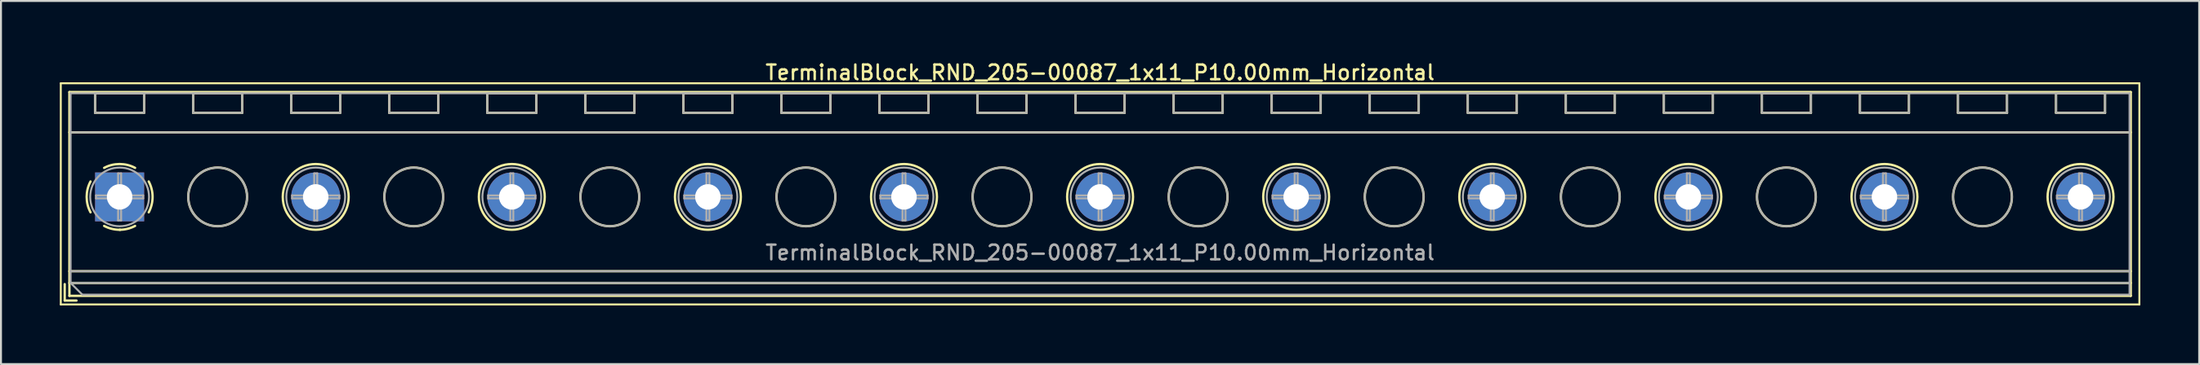
<source format=kicad_pcb>
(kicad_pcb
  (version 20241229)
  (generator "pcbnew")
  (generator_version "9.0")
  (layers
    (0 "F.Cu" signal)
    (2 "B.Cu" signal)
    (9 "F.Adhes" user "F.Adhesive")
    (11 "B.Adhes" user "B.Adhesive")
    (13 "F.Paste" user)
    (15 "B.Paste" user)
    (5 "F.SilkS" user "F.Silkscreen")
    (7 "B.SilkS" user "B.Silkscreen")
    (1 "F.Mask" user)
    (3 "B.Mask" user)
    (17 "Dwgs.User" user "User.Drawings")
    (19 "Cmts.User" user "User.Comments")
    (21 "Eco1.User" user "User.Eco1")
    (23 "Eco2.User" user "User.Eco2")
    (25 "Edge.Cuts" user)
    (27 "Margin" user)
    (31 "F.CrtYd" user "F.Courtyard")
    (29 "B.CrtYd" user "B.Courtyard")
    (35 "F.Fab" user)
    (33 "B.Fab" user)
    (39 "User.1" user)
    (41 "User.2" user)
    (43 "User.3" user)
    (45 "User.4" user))
  (footprint "TerminalBlock_RND_205-00087_1x11_P10.00mm_Horizontal"
    (layer "F.Cu")
    (at 3.05 7.018)
    (property "Reference" "TerminalBlock_RND_205-00087_1x11_P10.00mm_Horizontal" (at 50 -6.36 0) (layer "F.SilkS") (effects (font (size 0.75 0.75) (thickness 0.125))))
    (attr through_hole)
    (fp_line (start -3 -5.81) (end -3 5.5) (stroke (width 0.1) (type solid)) (layer "F.SilkS"))
    (fp_line (start -3 5.5) (end 103 5.5) (stroke (width 0.1) (type solid)) (layer "F.SilkS"))
    (fp_line (start -2.8 4.46) (end -2.8 5.3) (stroke (width 0.12) (type solid)) (layer "F.SilkS"))
    (fp_line (start -2.8 5.3) (end -2.2 5.3) (stroke (width 0.12) (type solid)) (layer "F.SilkS"))
    (fp_line (start -2.56 -5.36) (end -2.56 5.06) (stroke (width 0.12) (type solid)) (layer "F.SilkS"))
    (fp_line (start -2.56 -5.36) (end 102.56 -5.36) (stroke (width 0.12) (type solid)) (layer "F.SilkS"))
    (fp_line (start -2.56 -3.301) (end 102.56 -3.301) (stroke (width 0.12) (type solid)) (layer "F.SilkS"))
    (fp_line (start -2.56 3.8) (end 102.56 3.8) (stroke (width 0.12) (type solid)) (layer "F.SilkS"))
    (fp_line (start -2.56 4.4) (end 102.56 4.4) (stroke (width 0.12) (type solid)) (layer "F.SilkS"))
    (fp_line (start -2.56 5.06) (end 102.56 5.06) (stroke (width 0.12) (type solid)) (layer "F.SilkS"))
    (fp_line (start -1.25 -5.301) (end -1.25 -4.301) (stroke (width 0.12) (type solid)) (layer "F.SilkS"))
    (fp_line (start -1.25 -5.301) (end 1.25 -5.301) (stroke (width 0.12) (type solid)) (layer "F.SilkS"))
    (fp_line (start -1.25 -4.301) (end 1.25 -4.301) (stroke (width 0.12) (type solid)) (layer "F.SilkS"))
    (fp_line (start 1.25 -5.301) (end 1.25 -4.301) (stroke (width 0.12) (type solid)) (layer "F.SilkS"))
    (fp_line (start 3.75 -5.301) (end 3.75 -4.301) (stroke (width 0.12) (type solid)) (layer "F.SilkS"))
    (fp_line (start 3.75 -5.301) (end 6.25 -5.301) (stroke (width 0.12) (type solid)) (layer "F.SilkS"))
    (fp_line (start 3.75 -4.301) (end 6.25 -4.301) (stroke (width 0.12) (type solid)) (layer "F.SilkS"))
    (fp_line (start 6.25 -5.301) (end 6.25 -4.301) (stroke (width 0.12) (type solid)) (layer "F.SilkS"))
    (fp_line (start 8.75 -5.301) (end 8.75 -4.301) (stroke (width 0.12) (type solid)) (layer "F.SilkS"))
    (fp_line (start 8.75 -5.301) (end 11.25 -5.301) (stroke (width 0.12) (type solid)) (layer "F.SilkS"))
    (fp_line (start 8.75 -4.301) (end 11.25 -4.301) (stroke (width 0.12) (type solid)) (layer "F.SilkS"))
    (fp_line (start 11.25 -5.301) (end 11.25 -4.301) (stroke (width 0.12) (type solid)) (layer "F.SilkS"))
    (fp_line (start 13.75 -5.301) (end 13.75 -4.301) (stroke (width 0.12) (type solid)) (layer "F.SilkS"))
    (fp_line (start 13.75 -5.301) (end 16.25 -5.301) (stroke (width 0.12) (type solid)) (layer "F.SilkS"))
    (fp_line (start 13.75 -4.301) (end 16.25 -4.301) (stroke (width 0.12) (type solid)) (layer "F.SilkS"))
    (fp_line (start 16.25 -5.301) (end 16.25 -4.301) (stroke (width 0.12) (type solid)) (layer "F.SilkS"))
    (fp_line (start 18.75 -5.301) (end 18.75 -4.301) (stroke (width 0.12) (type solid)) (layer "F.SilkS"))
    (fp_line (start 18.75 -5.301) (end 21.25 -5.301) (stroke (width 0.12) (type solid)) (layer "F.SilkS"))
    (fp_line (start 18.75 -4.301) (end 21.25 -4.301) (stroke (width 0.12) (type solid)) (layer "F.SilkS"))
    (fp_line (start 21.25 -5.301) (end 21.25 -4.301) (stroke (width 0.12) (type solid)) (layer "F.SilkS"))
    (fp_line (start 23.75 -5.301) (end 23.75 -4.301) (stroke (width 0.12) (type solid)) (layer "F.SilkS"))
    (fp_line (start 23.75 -5.301) (end 26.25 -5.301) (stroke (width 0.12) (type solid)) (layer "F.SilkS"))
    (fp_line (start 23.75 -4.301) (end 26.25 -4.301) (stroke (width 0.12) (type solid)) (layer "F.SilkS"))
    (fp_line (start 26.25 -5.301) (end 26.25 -4.301) (stroke (width 0.12) (type solid)) (layer "F.SilkS"))
    (fp_line (start 28.75 -5.301) (end 28.75 -4.301) (stroke (width 0.12) (type solid)) (layer "F.SilkS"))
    (fp_line (start 28.75 -5.301) (end 31.25 -5.301) (stroke (width 0.12) (type solid)) (layer "F.SilkS"))
    (fp_line (start 28.75 -4.301) (end 31.25 -4.301) (stroke (width 0.12) (type solid)) (layer "F.SilkS"))
    (fp_line (start 31.25 -5.301) (end 31.25 -4.301) (stroke (width 0.12) (type solid)) (layer "F.SilkS"))
    (fp_line (start 33.75 -5.301) (end 33.75 -4.301) (stroke (width 0.12) (type solid)) (layer "F.SilkS"))
    (fp_line (start 33.75 -5.301) (end 36.25 -5.301) (stroke (width 0.12) (type solid)) (layer "F.SilkS"))
    (fp_line (start 33.75 -4.301) (end 36.25 -4.301) (stroke (width 0.12) (type solid)) (layer "F.SilkS"))
    (fp_line (start 36.25 -5.301) (end 36.25 -4.301) (stroke (width 0.12) (type solid)) (layer "F.SilkS"))
    (fp_line (start 38.75 -5.301) (end 38.75 -4.301) (stroke (width 0.12) (type solid)) (layer "F.SilkS"))
    (fp_line (start 38.75 -5.301) (end 41.25 -5.301) (stroke (width 0.12) (type solid)) (layer "F.SilkS"))
    (fp_line (start 38.75 -4.301) (end 41.25 -4.301) (stroke (width 0.12) (type solid)) (layer "F.SilkS"))
    (fp_line (start 41.25 -5.301) (end 41.25 -4.301) (stroke (width 0.12) (type solid)) (layer "F.SilkS"))
    (fp_line (start 43.75 -5.301) (end 43.75 -4.301) (stroke (width 0.12) (type solid)) (layer "F.SilkS"))
    (fp_line (start 43.75 -5.301) (end 46.25 -5.301) (stroke (width 0.12) (type solid)) (layer "F.SilkS"))
    (fp_line (start 43.75 -4.301) (end 46.25 -4.301) (stroke (width 0.12) (type solid)) (layer "F.SilkS"))
    (fp_line (start 46.25 -5.301) (end 46.25 -4.301) (stroke (width 0.12) (type solid)) (layer "F.SilkS"))
    (fp_line (start 48.75 -5.301) (end 48.75 -4.301) (stroke (width 0.12) (type solid)) (layer "F.SilkS"))
    (fp_line (start 48.75 -5.301) (end 51.25 -5.301) (stroke (width 0.12) (type solid)) (layer "F.SilkS"))
    (fp_line (start 48.75 -4.301) (end 51.25 -4.301) (stroke (width 0.12) (type solid)) (layer "F.SilkS"))
    (fp_line (start 51.25 -5.301) (end 51.25 -4.301) (stroke (width 0.12) (type solid)) (layer "F.SilkS"))
    (fp_line (start 53.75 -5.301) (end 53.75 -4.301) (stroke (width 0.12) (type solid)) (layer "F.SilkS"))
    (fp_line (start 53.75 -5.301) (end 56.25 -5.301) (stroke (width 0.12) (type solid)) (layer "F.SilkS"))
    (fp_line (start 53.75 -4.301) (end 56.25 -4.301) (stroke (width 0.12) (type solid)) (layer "F.SilkS"))
    (fp_line (start 56.25 -5.301) (end 56.25 -4.301) (stroke (width 0.12) (type solid)) (layer "F.SilkS"))
    (fp_line (start 58.75 -5.301) (end 58.75 -4.301) (stroke (width 0.12) (type solid)) (layer "F.SilkS"))
    (fp_line (start 58.75 -5.301) (end 61.25 -5.301) (stroke (width 0.12) (type solid)) (layer "F.SilkS"))
    (fp_line (start 58.75 -4.301) (end 61.25 -4.301) (stroke (width 0.12) (type solid)) (layer "F.SilkS"))
    (fp_line (start 61.25 -5.301) (end 61.25 -4.301) (stroke (width 0.12) (type solid)) (layer "F.SilkS"))
    (fp_line (start 63.75 -5.301) (end 63.75 -4.301) (stroke (width 0.12) (type solid)) (layer "F.SilkS"))
    (fp_line (start 63.75 -5.301) (end 66.25 -5.301) (stroke (width 0.12) (type solid)) (layer "F.SilkS"))
    (fp_line (start 63.75 -4.301) (end 66.25 -4.301) (stroke (width 0.12) (type solid)) (layer "F.SilkS"))
    (fp_line (start 66.25 -5.301) (end 66.25 -4.301) (stroke (width 0.12) (type solid)) (layer "F.SilkS"))
    (fp_line (start 68.75 -5.301) (end 68.75 -4.301) (stroke (width 0.12) (type solid)) (layer "F.SilkS"))
    (fp_line (start 68.75 -5.301) (end 71.25 -5.301) (stroke (width 0.12) (type solid)) (layer "F.SilkS"))
    (fp_line (start 68.75 -4.301) (end 71.25 -4.301) (stroke (width 0.12) (type solid)) (layer "F.SilkS"))
    (fp_line (start 71.25 -5.301) (end 71.25 -4.301) (stroke (width 0.12) (type solid)) (layer "F.SilkS"))
    (fp_line (start 73.75 -5.301) (end 73.75 -4.301) (stroke (width 0.12) (type solid)) (layer "F.SilkS"))
    (fp_line (start 73.75 -5.301) (end 76.25 -5.301) (stroke (width 0.12) (type solid)) (layer "F.SilkS"))
    (fp_line (start 73.75 -4.301) (end 76.25 -4.301) (stroke (width 0.12) (type solid)) (layer "F.SilkS"))
    (fp_line (start 76.25 -5.301) (end 76.25 -4.301) (stroke (width 0.12) (type solid)) (layer "F.SilkS"))
    (fp_line (start 78.75 -5.301) (end 78.75 -4.301) (stroke (width 0.12) (type solid)) (layer "F.SilkS"))
    (fp_line (start 78.75 -5.301) (end 81.25 -5.301) (stroke (width 0.12) (type solid)) (layer "F.SilkS"))
    (fp_line (start 78.75 -4.301) (end 81.25 -4.301) (stroke (width 0.12) (type solid)) (layer "F.SilkS"))
    (fp_line (start 81.25 -5.301) (end 81.25 -4.301) (stroke (width 0.12) (type solid)) (layer "F.SilkS"))
    (fp_line (start 83.75 -5.301) (end 83.75 -4.301) (stroke (width 0.12) (type solid)) (layer "F.SilkS"))
    (fp_line (start 83.75 -5.301) (end 86.25 -5.301) (stroke (width 0.12) (type solid)) (layer "F.SilkS"))
    (fp_line (start 83.75 -4.301) (end 86.25 -4.301) (stroke (width 0.12) (type solid)) (layer "F.SilkS"))
    (fp_line (start 86.25 -5.301) (end 86.25 -4.301) (stroke (width 0.12) (type solid)) (layer "F.SilkS"))
    (fp_line (start 88.75 -5.301) (end 88.75 -4.301) (stroke (width 0.12) (type solid)) (layer "F.SilkS"))
    (fp_line (start 88.75 -5.301) (end 91.25 -5.301) (stroke (width 0.12) (type solid)) (layer "F.SilkS"))
    (fp_line (start 88.75 -4.301) (end 91.25 -4.301) (stroke (width 0.12) (type solid)) (layer "F.SilkS"))
    (fp_line (start 91.25 -5.301) (end 91.25 -4.301) (stroke (width 0.12) (type solid)) (layer "F.SilkS"))
    (fp_line (start 93.75 -5.301) (end 93.75 -4.301) (stroke (width 0.12) (type solid)) (layer "F.SilkS"))
    (fp_line (start 93.75 -5.301) (end 96.25 -5.301) (stroke (width 0.12) (type solid)) (layer "F.SilkS"))
    (fp_line (start 93.75 -4.301) (end 96.25 -4.301) (stroke (width 0.12) (type solid)) (layer "F.SilkS"))
    (fp_line (start 96.25 -5.301) (end 96.25 -4.301) (stroke (width 0.12) (type solid)) (layer "F.SilkS"))
    (fp_line (start 98.75 -5.301) (end 98.75 -4.301) (stroke (width 0.12) (type solid)) (layer "F.SilkS"))
    (fp_line (start 98.75 -5.301) (end 101.25 -5.301) (stroke (width 0.12) (type solid)) (layer "F.SilkS"))
    (fp_line (start 98.75 -4.301) (end 101.25 -4.301) (stroke (width 0.12) (type solid)) (layer "F.SilkS"))
    (fp_line (start 101.25 -5.301) (end 101.25 -4.301) (stroke (width 0.12) (type solid)) (layer "F.SilkS"))
    (fp_line (start 102.56 -5.36) (end 102.56 5.06) (stroke (width 0.12) (type solid)) (layer "F.SilkS"))
    (fp_line (start 103 -5.81) (end -3 -5.81) (stroke (width 0.1) (type solid)) (layer "F.SilkS"))
    (fp_line (start 103 5.5) (end 103 -5.81) (stroke (width 0.1) (type solid)) (layer "F.SilkS"))
    (fp_arc (start -1.483953 0.789089) (mid -1.680708 0.00005) (end -1.484 -0.789) (stroke (width 0.12) (type solid)) (layer "F.SilkS"))
    (fp_arc (start -0.789089 -1.483953) (mid -0.00005 -1.680708) (end 0.789 -1.484) (stroke (width 0.12) (type solid)) (layer "F.SilkS"))
    (fp_arc (start 0.029383 1.68045) (mid -0.392304 1.634281) (end -0.789 1.484) (stroke (width 0.12) (type solid)) (layer "F.SilkS"))
    (fp_arc (start 0.788712 1.483352) (mid 0.406429 1.630097) (end 0 1.68) (stroke (width 0.12) (type solid)) (layer "F.SilkS"))
    (fp_arc (start 1.483953 -0.789089) (mid 1.680708 -0.00005) (end 1.484 0.789) (stroke (width 0.12) (type solid)) (layer "F.SilkS"))
    (fp_circle (center 5 0) (end 6.5 0) (stroke (width 0.12) (type solid)) (fill no) (layer "F.SilkS"))
    (fp_circle (center 10 0) (end 11.68 0) (stroke (width 0.12) (type solid)) (fill no) (layer "F.SilkS"))
    (fp_circle (center 15 0) (end 16.5 0) (stroke (width 0.12) (type solid)) (fill no) (layer "F.SilkS"))
    (fp_circle (center 20 0) (end 21.68 0) (stroke (width 0.12) (type solid)) (fill no) (layer "F.SilkS"))
    (fp_circle (center 25 0) (end 26.5 0) (stroke (width 0.12) (type solid)) (fill no) (layer "F.SilkS"))
    (fp_circle (center 30 0) (end 31.68 0) (stroke (width 0.12) (type solid)) (fill no) (layer "F.SilkS"))
    (fp_circle (center 35 0) (end 36.5 0) (stroke (width 0.12) (type solid)) (fill no) (layer "F.SilkS"))
    (fp_circle (center 40 0) (end 41.68 0) (stroke (width 0.12) (type solid)) (fill no) (layer "F.SilkS"))
    (fp_circle (center 45 0) (end 46.5 0) (stroke (width 0.12) (type solid)) (fill no) (layer "F.SilkS"))
    (fp_circle (center 50 0) (end 51.68 0) (stroke (width 0.12) (type solid)) (fill no) (layer "F.SilkS"))
    (fp_circle (center 55 0) (end 56.5 0) (stroke (width 0.12) (type solid)) (fill no) (layer "F.SilkS"))
    (fp_circle (center 60 0) (end 61.68 0) (stroke (width 0.12) (type solid)) (fill no) (layer "F.SilkS"))
    (fp_circle (center 65 0) (end 66.5 0) (stroke (width 0.12) (type solid)) (fill no) (layer "F.SilkS"))
    (fp_circle (center 70 0) (end 71.68 0) (stroke (width 0.12) (type solid)) (fill no) (layer "F.SilkS"))
    (fp_circle (center 75 0) (end 76.5 0) (stroke (width 0.12) (type solid)) (fill no) (layer "F.SilkS"))
    (fp_circle (center 80 0) (end 81.68 0) (stroke (width 0.12) (type solid)) (fill no) (layer "F.SilkS"))
    (fp_circle (center 85 0) (end 86.5 0) (stroke (width 0.12) (type solid)) (fill no) (layer "F.SilkS"))
    (fp_circle (center 90 0) (end 91.68 0) (stroke (width 0.12) (type solid)) (fill no) (layer "F.SilkS"))
    (fp_circle (center 95 0) (end 96.5 0) (stroke (width 0.12) (type solid)) (fill no) (layer "F.SilkS"))
    (fp_circle (center 100 0) (end 101.68 0) (stroke (width 0.12) (type solid)) (fill no) (layer "F.SilkS"))
    (fp_line (start -2.5 -5.3) (end 102.5 -5.3) (stroke (width 0.1) (type solid)) (layer "F.Fab"))
    (fp_line (start -2.5 -3.3) (end 102.5 -3.3) (stroke (width 0.1) (type solid)) (layer "F.Fab"))
    (fp_line (start -2.5 3.8) (end 102.5 3.8) (stroke (width 0.1) (type solid)) (layer "F.Fab"))
    (fp_line (start -2.5 4.4) (end -2.5 -5.3) (stroke (width 0.1) (type solid)) (layer "F.Fab"))
    (fp_line (start -2.5 4.4) (end 102.5 4.4) (stroke (width 0.1) (type solid)) (layer "F.Fab"))
    (fp_line (start -1.9 5) (end -2.5 4.4) (stroke (width 0.1) (type solid)) (layer "F.Fab"))
    (fp_line (start -1.25 -5.3) (end -1.25 -4.3) (stroke (width 0.1) (type solid)) (layer "F.Fab"))
    (fp_line (start -1.25 -4.3) (end 1.25 -4.3) (stroke (width 0.1) (type solid)) (layer "F.Fab"))
    (fp_line (start -1.201 -0.076) (end -0.076 -0.076) (stroke (width 0.1) (type solid)) (layer "F.Fab"))
    (fp_line (start -1.201 0.076) (end -1.201 -0.076) (stroke (width 0.1) (type solid)) (layer "F.Fab"))
    (fp_line (start -0.076 -1.201) (end 0.076 -1.201) (stroke (width 0.1) (type solid)) (layer "F.Fab"))
    (fp_line (start -0.076 -0.076) (end -0.076 -1.201) (stroke (width 0.1) (type solid)) (layer "F.Fab"))
    (fp_line (start -0.076 0.076) (end -1.201 0.076) (stroke (width 0.1) (type solid)) (layer "F.Fab"))
    (fp_line (start -0.076 1.201) (end -0.076 0.076) (stroke (width 0.1) (type solid)) (layer "F.Fab"))
    (fp_line (start 0.076 -1.201) (end 0.076 -0.076) (stroke (width 0.1) (type solid)) (layer "F.Fab"))
    (fp_line (start 0.076 -0.076) (end 1.201 -0.076) (stroke (width 0.1) (type solid)) (layer "F.Fab"))
    (fp_line (start 0.076 0.076) (end 0.076 1.201) (stroke (width 0.1) (type solid)) (layer "F.Fab"))
    (fp_line (start 0.076 1.201) (end -0.076 1.201) (stroke (width 0.1) (type solid)) (layer "F.Fab"))
    (fp_line (start 1.201 -0.076) (end 1.201 0.076) (stroke (width 0.1) (type solid)) (layer "F.Fab"))
    (fp_line (start 1.201 0.076) (end 0.076 0.076) (stroke (width 0.1) (type solid)) (layer "F.Fab"))
    (fp_line (start 1.25 -5.3) (end -1.25 -5.3) (stroke (width 0.1) (type solid)) (layer "F.Fab"))
    (fp_line (start 1.25 -4.3) (end 1.25 -5.3) (stroke (width 0.1) (type solid)) (layer "F.Fab"))
    (fp_line (start 3.75 -5.3) (end 3.75 -4.3) (stroke (width 0.1) (type solid)) (layer "F.Fab"))
    (fp_line (start 3.75 -4.3) (end 6.25 -4.3) (stroke (width 0.1) (type solid)) (layer "F.Fab"))
    (fp_line (start 6.25 -5.3) (end 3.75 -5.3) (stroke (width 0.1) (type solid)) (layer "F.Fab"))
    (fp_line (start 6.25 -4.3) (end 6.25 -5.3) (stroke (width 0.1) (type solid)) (layer "F.Fab"))
    (fp_line (start 8.75 -5.3) (end 8.75 -4.3) (stroke (width 0.1) (type solid)) (layer "F.Fab"))
    (fp_line (start 8.75 -4.3) (end 11.25 -4.3) (stroke (width 0.1) (type solid)) (layer "F.Fab"))
    (fp_line (start 8.799 -0.076) (end 9.924 -0.076) (stroke (width 0.1) (type solid)) (layer "F.Fab"))
    (fp_line (start 8.799 0.076) (end 8.799 -0.076) (stroke (width 0.1) (type solid)) (layer "F.Fab"))
    (fp_line (start 9.924 -1.201) (end 10.076 -1.201) (stroke (width 0.1) (type solid)) (layer "F.Fab"))
    (fp_line (start 9.924 -0.076) (end 9.924 -1.201) (stroke (width 0.1) (type solid)) (layer "F.Fab"))
    (fp_line (start 9.924 0.076) (end 8.799 0.076) (stroke (width 0.1) (type solid)) (layer "F.Fab"))
    (fp_line (start 9.924 1.201) (end 9.924 0.076) (stroke (width 0.1) (type solid)) (layer "F.Fab"))
    (fp_line (start 10.076 -1.201) (end 10.076 -0.076) (stroke (width 0.1) (type solid)) (layer "F.Fab"))
    (fp_line (start 10.076 -0.076) (end 11.201 -0.076) (stroke (width 0.1) (type solid)) (layer "F.Fab"))
    (fp_line (start 10.076 0.076) (end 10.076 1.201) (stroke (width 0.1) (type solid)) (layer "F.Fab"))
    (fp_line (start 10.076 1.201) (end 9.924 1.201) (stroke (width 0.1) (type solid)) (layer "F.Fab"))
    (fp_line (start 11.201 -0.076) (end 11.201 0.076) (stroke (width 0.1) (type solid)) (layer "F.Fab"))
    (fp_line (start 11.201 0.076) (end 10.076 0.076) (stroke (width 0.1) (type solid)) (layer "F.Fab"))
    (fp_line (start 11.25 -5.3) (end 8.75 -5.3) (stroke (width 0.1) (type solid)) (layer "F.Fab"))
    (fp_line (start 11.25 -4.3) (end 11.25 -5.3) (stroke (width 0.1) (type solid)) (layer "F.Fab"))
    (fp_line (start 13.75 -5.3) (end 13.75 -4.3) (stroke (width 0.1) (type solid)) (layer "F.Fab"))
    (fp_line (start 13.75 -4.3) (end 16.25 -4.3) (stroke (width 0.1) (type solid)) (layer "F.Fab"))
    (fp_line (start 16.25 -5.3) (end 13.75 -5.3) (stroke (width 0.1) (type solid)) (layer "F.Fab"))
    (fp_line (start 16.25 -4.3) (end 16.25 -5.3) (stroke (width 0.1) (type solid)) (layer "F.Fab"))
    (fp_line (start 18.75 -5.3) (end 18.75 -4.3) (stroke (width 0.1) (type solid)) (layer "F.Fab"))
    (fp_line (start 18.75 -4.3) (end 21.25 -4.3) (stroke (width 0.1) (type solid)) (layer "F.Fab"))
    (fp_line (start 18.799 -0.076) (end 19.924 -0.076) (stroke (width 0.1) (type solid)) (layer "F.Fab"))
    (fp_line (start 18.799 0.076) (end 18.799 -0.076) (stroke (width 0.1) (type solid)) (layer "F.Fab"))
    (fp_line (start 19.924 -1.201) (end 20.076 -1.201) (stroke (width 0.1) (type solid)) (layer "F.Fab"))
    (fp_line (start 19.924 -0.076) (end 19.924 -1.201) (stroke (width 0.1) (type solid)) (layer "F.Fab"))
    (fp_line (start 19.924 0.076) (end 18.799 0.076) (stroke (width 0.1) (type solid)) (layer "F.Fab"))
    (fp_line (start 19.924 1.201) (end 19.924 0.076) (stroke (width 0.1) (type solid)) (layer "F.Fab"))
    (fp_line (start 20.076 -1.201) (end 20.076 -0.076) (stroke (width 0.1) (type solid)) (layer "F.Fab"))
    (fp_line (start 20.076 -0.076) (end 21.201 -0.076) (stroke (width 0.1) (type solid)) (layer "F.Fab"))
    (fp_line (start 20.076 0.076) (end 20.076 1.201) (stroke (width 0.1) (type solid)) (layer "F.Fab"))
    (fp_line (start 20.076 1.201) (end 19.924 1.201) (stroke (width 0.1) (type solid)) (layer "F.Fab"))
    (fp_line (start 21.201 -0.076) (end 21.201 0.076) (stroke (width 0.1) (type solid)) (layer "F.Fab"))
    (fp_line (start 21.201 0.076) (end 20.076 0.076) (stroke (width 0.1) (type solid)) (layer "F.Fab"))
    (fp_line (start 21.25 -5.3) (end 18.75 -5.3) (stroke (width 0.1) (type solid)) (layer "F.Fab"))
    (fp_line (start 21.25 -4.3) (end 21.25 -5.3) (stroke (width 0.1) (type solid)) (layer "F.Fab"))
    (fp_line (start 23.75 -5.3) (end 23.75 -4.3) (stroke (width 0.1) (type solid)) (layer "F.Fab"))
    (fp_line (start 23.75 -4.3) (end 26.25 -4.3) (stroke (width 0.1) (type solid)) (layer "F.Fab"))
    (fp_line (start 26.25 -5.3) (end 23.75 -5.3) (stroke (width 0.1) (type solid)) (layer "F.Fab"))
    (fp_line (start 26.25 -4.3) (end 26.25 -5.3) (stroke (width 0.1) (type solid)) (layer "F.Fab"))
    (fp_line (start 28.75 -5.3) (end 28.75 -4.3) (stroke (width 0.1) (type solid)) (layer "F.Fab"))
    (fp_line (start 28.75 -4.3) (end 31.25 -4.3) (stroke (width 0.1) (type solid)) (layer "F.Fab"))
    (fp_line (start 28.799 -0.076) (end 29.924 -0.076) (stroke (width 0.1) (type solid)) (layer "F.Fab"))
    (fp_line (start 28.799 0.076) (end 28.799 -0.076) (stroke (width 0.1) (type solid)) (layer "F.Fab"))
    (fp_line (start 29.924 -1.201) (end 30.076 -1.201) (stroke (width 0.1) (type solid)) (layer "F.Fab"))
    (fp_line (start 29.924 -0.076) (end 29.924 -1.201) (stroke (width 0.1) (type solid)) (layer "F.Fab"))
    (fp_line (start 29.924 0.076) (end 28.799 0.076) (stroke (width 0.1) (type solid)) (layer "F.Fab"))
    (fp_line (start 29.924 1.201) (end 29.924 0.076) (stroke (width 0.1) (type solid)) (layer "F.Fab"))
    (fp_line (start 30.076 -1.201) (end 30.076 -0.076) (stroke (width 0.1) (type solid)) (layer "F.Fab"))
    (fp_line (start 30.076 -0.076) (end 31.201 -0.076) (stroke (width 0.1) (type solid)) (layer "F.Fab"))
    (fp_line (start 30.076 0.076) (end 30.076 1.201) (stroke (width 0.1) (type solid)) (layer "F.Fab"))
    (fp_line (start 30.076 1.201) (end 29.924 1.201) (stroke (width 0.1) (type solid)) (layer "F.Fab"))
    (fp_line (start 31.201 -0.076) (end 31.201 0.076) (stroke (width 0.1) (type solid)) (layer "F.Fab"))
    (fp_line (start 31.201 0.076) (end 30.076 0.076) (stroke (width 0.1) (type solid)) (layer "F.Fab"))
    (fp_line (start 31.25 -5.3) (end 28.75 -5.3) (stroke (width 0.1) (type solid)) (layer "F.Fab"))
    (fp_line (start 31.25 -4.3) (end 31.25 -5.3) (stroke (width 0.1) (type solid)) (layer "F.Fab"))
    (fp_line (start 33.75 -5.3) (end 33.75 -4.3) (stroke (width 0.1) (type solid)) (layer "F.Fab"))
    (fp_line (start 33.75 -4.3) (end 36.25 -4.3) (stroke (width 0.1) (type solid)) (layer "F.Fab"))
    (fp_line (start 36.25 -5.3) (end 33.75 -5.3) (stroke (width 0.1) (type solid)) (layer "F.Fab"))
    (fp_line (start 36.25 -4.3) (end 36.25 -5.3) (stroke (width 0.1) (type solid)) (layer "F.Fab"))
    (fp_line (start 38.75 -5.3) (end 38.75 -4.3) (stroke (width 0.1) (type solid)) (layer "F.Fab"))
    (fp_line (start 38.75 -4.3) (end 41.25 -4.3) (stroke (width 0.1) (type solid)) (layer "F.Fab"))
    (fp_line (start 38.799 -0.076) (end 39.924 -0.076) (stroke (width 0.1) (type solid)) (layer "F.Fab"))
    (fp_line (start 38.799 0.076) (end 38.799 -0.076) (stroke (width 0.1) (type solid)) (layer "F.Fab"))
    (fp_line (start 39.924 -1.201) (end 40.076 -1.201) (stroke (width 0.1) (type solid)) (layer "F.Fab"))
    (fp_line (start 39.924 -0.076) (end 39.924 -1.201) (stroke (width 0.1) (type solid)) (layer "F.Fab"))
    (fp_line (start 39.924 0.076) (end 38.799 0.076) (stroke (width 0.1) (type solid)) (layer "F.Fab"))
    (fp_line (start 39.924 1.201) (end 39.924 0.076) (stroke (width 0.1) (type solid)) (layer "F.Fab"))
    (fp_line (start 40.076 -1.201) (end 40.076 -0.076) (stroke (width 0.1) (type solid)) (layer "F.Fab"))
    (fp_line (start 40.076 -0.076) (end 41.201 -0.076) (stroke (width 0.1) (type solid)) (layer "F.Fab"))
    (fp_line (start 40.076 0.076) (end 40.076 1.201) (stroke (width 0.1) (type solid)) (layer "F.Fab"))
    (fp_line (start 40.076 1.201) (end 39.924 1.201) (stroke (width 0.1) (type solid)) (layer "F.Fab"))
    (fp_line (start 41.201 -0.076) (end 41.201 0.076) (stroke (width 0.1) (type solid)) (layer "F.Fab"))
    (fp_line (start 41.201 0.076) (end 40.076 0.076) (stroke (width 0.1) (type solid)) (layer "F.Fab"))
    (fp_line (start 41.25 -5.3) (end 38.75 -5.3) (stroke (width 0.1) (type solid)) (layer "F.Fab"))
    (fp_line (start 41.25 -4.3) (end 41.25 -5.3) (stroke (width 0.1) (type solid)) (layer "F.Fab"))
    (fp_line (start 43.75 -5.3) (end 43.75 -4.3) (stroke (width 0.1) (type solid)) (layer "F.Fab"))
    (fp_line (start 43.75 -4.3) (end 46.25 -4.3) (stroke (width 0.1) (type solid)) (layer "F.Fab"))
    (fp_line (start 46.25 -5.3) (end 43.75 -5.3) (stroke (width 0.1) (type solid)) (layer "F.Fab"))
    (fp_line (start 46.25 -4.3) (end 46.25 -5.3) (stroke (width 0.1) (type solid)) (layer "F.Fab"))
    (fp_line (start 48.75 -5.3) (end 48.75 -4.3) (stroke (width 0.1) (type solid)) (layer "F.Fab"))
    (fp_line (start 48.75 -4.3) (end 51.25 -4.3) (stroke (width 0.1) (type solid)) (layer "F.Fab"))
    (fp_line (start 48.799 -0.076) (end 49.924 -0.076) (stroke (width 0.1) (type solid)) (layer "F.Fab"))
    (fp_line (start 48.799 0.076) (end 48.799 -0.076) (stroke (width 0.1) (type solid)) (layer "F.Fab"))
    (fp_line (start 49.924 -1.201) (end 50.076 -1.201) (stroke (width 0.1) (type solid)) (layer "F.Fab"))
    (fp_line (start 49.924 -0.076) (end 49.924 -1.201) (stroke (width 0.1) (type solid)) (layer "F.Fab"))
    (fp_line (start 49.924 0.076) (end 48.799 0.076) (stroke (width 0.1) (type solid)) (layer "F.Fab"))
    (fp_line (start 49.924 1.201) (end 49.924 0.076) (stroke (width 0.1) (type solid)) (layer "F.Fab"))
    (fp_line (start 50.076 -1.201) (end 50.076 -0.076) (stroke (width 0.1) (type solid)) (layer "F.Fab"))
    (fp_line (start 50.076 -0.076) (end 51.201 -0.076) (stroke (width 0.1) (type solid)) (layer "F.Fab"))
    (fp_line (start 50.076 0.076) (end 50.076 1.201) (stroke (width 0.1) (type solid)) (layer "F.Fab"))
    (fp_line (start 50.076 1.201) (end 49.924 1.201) (stroke (width 0.1) (type solid)) (layer "F.Fab"))
    (fp_line (start 51.201 -0.076) (end 51.201 0.076) (stroke (width 0.1) (type solid)) (layer "F.Fab"))
    (fp_line (start 51.201 0.076) (end 50.076 0.076) (stroke (width 0.1) (type solid)) (layer "F.Fab"))
    (fp_line (start 51.25 -5.3) (end 48.75 -5.3) (stroke (width 0.1) (type solid)) (layer "F.Fab"))
    (fp_line (start 51.25 -4.3) (end 51.25 -5.3) (stroke (width 0.1) (type solid)) (layer "F.Fab"))
    (fp_line (start 53.75 -5.3) (end 53.75 -4.3) (stroke (width 0.1) (type solid)) (layer "F.Fab"))
    (fp_line (start 53.75 -4.3) (end 56.25 -4.3) (stroke (width 0.1) (type solid)) (layer "F.Fab"))
    (fp_line (start 56.25 -5.3) (end 53.75 -5.3) (stroke (width 0.1) (type solid)) (layer "F.Fab"))
    (fp_line (start 56.25 -4.3) (end 56.25 -5.3) (stroke (width 0.1) (type solid)) (layer "F.Fab"))
    (fp_line (start 58.75 -5.3) (end 58.75 -4.3) (stroke (width 0.1) (type solid)) (layer "F.Fab"))
    (fp_line (start 58.75 -4.3) (end 61.25 -4.3) (stroke (width 0.1) (type solid)) (layer "F.Fab"))
    (fp_line (start 58.799 -0.076) (end 59.924 -0.076) (stroke (width 0.1) (type solid)) (layer "F.Fab"))
    (fp_line (start 58.799 0.076) (end 58.799 -0.076) (stroke (width 0.1) (type solid)) (layer "F.Fab"))
    (fp_line (start 59.924 -1.201) (end 60.076 -1.201) (stroke (width 0.1) (type solid)) (layer "F.Fab"))
    (fp_line (start 59.924 -0.076) (end 59.924 -1.201) (stroke (width 0.1) (type solid)) (layer "F.Fab"))
    (fp_line (start 59.924 0.076) (end 58.799 0.076) (stroke (width 0.1) (type solid)) (layer "F.Fab"))
    (fp_line (start 59.924 1.201) (end 59.924 0.076) (stroke (width 0.1) (type solid)) (layer "F.Fab"))
    (fp_line (start 60.076 -1.201) (end 60.076 -0.076) (stroke (width 0.1) (type solid)) (layer "F.Fab"))
    (fp_line (start 60.076 -0.076) (end 61.201 -0.076) (stroke (width 0.1) (type solid)) (layer "F.Fab"))
    (fp_line (start 60.076 0.076) (end 60.076 1.201) (stroke (width 0.1) (type solid)) (layer "F.Fab"))
    (fp_line (start 60.076 1.201) (end 59.924 1.201) (stroke (width 0.1) (type solid)) (layer "F.Fab"))
    (fp_line (start 61.201 -0.076) (end 61.201 0.076) (stroke (width 0.1) (type solid)) (layer "F.Fab"))
    (fp_line (start 61.201 0.076) (end 60.076 0.076) (stroke (width 0.1) (type solid)) (layer "F.Fab"))
    (fp_line (start 61.25 -5.3) (end 58.75 -5.3) (stroke (width 0.1) (type solid)) (layer "F.Fab"))
    (fp_line (start 61.25 -4.3) (end 61.25 -5.3) (stroke (width 0.1) (type solid)) (layer "F.Fab"))
    (fp_line (start 63.75 -5.3) (end 63.75 -4.3) (stroke (width 0.1) (type solid)) (layer "F.Fab"))
    (fp_line (start 63.75 -4.3) (end 66.25 -4.3) (stroke (width 0.1) (type solid)) (layer "F.Fab"))
    (fp_line (start 66.25 -5.3) (end 63.75 -5.3) (stroke (width 0.1) (type solid)) (layer "F.Fab"))
    (fp_line (start 66.25 -4.3) (end 66.25 -5.3) (stroke (width 0.1) (type solid)) (layer "F.Fab"))
    (fp_line (start 68.75 -5.3) (end 68.75 -4.3) (stroke (width 0.1) (type solid)) (layer "F.Fab"))
    (fp_line (start 68.75 -4.3) (end 71.25 -4.3) (stroke (width 0.1) (type solid)) (layer "F.Fab"))
    (fp_line (start 68.799 -0.076) (end 69.924 -0.076) (stroke (width 0.1) (type solid)) (layer "F.Fab"))
    (fp_line (start 68.799 0.076) (end 68.799 -0.076) (stroke (width 0.1) (type solid)) (layer "F.Fab"))
    (fp_line (start 69.924 -1.201) (end 70.076 -1.201) (stroke (width 0.1) (type solid)) (layer "F.Fab"))
    (fp_line (start 69.924 -0.076) (end 69.924 -1.201) (stroke (width 0.1) (type solid)) (layer "F.Fab"))
    (fp_line (start 69.924 0.076) (end 68.799 0.076) (stroke (width 0.1) (type solid)) (layer "F.Fab"))
    (fp_line (start 69.924 1.201) (end 69.924 0.076) (stroke (width 0.1) (type solid)) (layer "F.Fab"))
    (fp_line (start 70.076 -1.201) (end 70.076 -0.076) (stroke (width 0.1) (type solid)) (layer "F.Fab"))
    (fp_line (start 70.076 -0.076) (end 71.201 -0.076) (stroke (width 0.1) (type solid)) (layer "F.Fab"))
    (fp_line (start 70.076 0.076) (end 70.076 1.201) (stroke (width 0.1) (type solid)) (layer "F.Fab"))
    (fp_line (start 70.076 1.201) (end 69.924 1.201) (stroke (width 0.1) (type solid)) (layer "F.Fab"))
    (fp_line (start 71.201 -0.076) (end 71.201 0.076) (stroke (width 0.1) (type solid)) (layer "F.Fab"))
    (fp_line (start 71.201 0.076) (end 70.076 0.076) (stroke (width 0.1) (type solid)) (layer "F.Fab"))
    (fp_line (start 71.25 -5.3) (end 68.75 -5.3) (stroke (width 0.1) (type solid)) (layer "F.Fab"))
    (fp_line (start 71.25 -4.3) (end 71.25 -5.3) (stroke (width 0.1) (type solid)) (layer "F.Fab"))
    (fp_line (start 73.75 -5.3) (end 73.75 -4.3) (stroke (width 0.1) (type solid)) (layer "F.Fab"))
    (fp_line (start 73.75 -4.3) (end 76.25 -4.3) (stroke (width 0.1) (type solid)) (layer "F.Fab"))
    (fp_line (start 76.25 -5.3) (end 73.75 -5.3) (stroke (width 0.1) (type solid)) (layer "F.Fab"))
    (fp_line (start 76.25 -4.3) (end 76.25 -5.3) (stroke (width 0.1) (type solid)) (layer "F.Fab"))
    (fp_line (start 78.75 -5.3) (end 78.75 -4.3) (stroke (width 0.1) (type solid)) (layer "F.Fab"))
    (fp_line (start 78.75 -4.3) (end 81.25 -4.3) (stroke (width 0.1) (type solid)) (layer "F.Fab"))
    (fp_line (start 78.799 -0.076) (end 79.924 -0.076) (stroke (width 0.1) (type solid)) (layer "F.Fab"))
    (fp_line (start 78.799 0.076) (end 78.799 -0.076) (stroke (width 0.1) (type solid)) (layer "F.Fab"))
    (fp_line (start 79.924 -1.201) (end 80.076 -1.201) (stroke (width 0.1) (type solid)) (layer "F.Fab"))
    (fp_line (start 79.924 -0.076) (end 79.924 -1.201) (stroke (width 0.1) (type solid)) (layer "F.Fab"))
    (fp_line (start 79.924 0.076) (end 78.799 0.076) (stroke (width 0.1) (type solid)) (layer "F.Fab"))
    (fp_line (start 79.924 1.201) (end 79.924 0.076) (stroke (width 0.1) (type solid)) (layer "F.Fab"))
    (fp_line (start 80.076 -1.201) (end 80.076 -0.076) (stroke (width 0.1) (type solid)) (layer "F.Fab"))
    (fp_line (start 80.076 -0.076) (end 81.201 -0.076) (stroke (width 0.1) (type solid)) (layer "F.Fab"))
    (fp_line (start 80.076 0.076) (end 80.076 1.201) (stroke (width 0.1) (type solid)) (layer "F.Fab"))
    (fp_line (start 80.076 1.201) (end 79.924 1.201) (stroke (width 0.1) (type solid)) (layer "F.Fab"))
    (fp_line (start 81.201 -0.076) (end 81.201 0.076) (stroke (width 0.1) (type solid)) (layer "F.Fab"))
    (fp_line (start 81.201 0.076) (end 80.076 0.076) (stroke (width 0.1) (type solid)) (layer "F.Fab"))
    (fp_line (start 81.25 -5.3) (end 78.75 -5.3) (stroke (width 0.1) (type solid)) (layer "F.Fab"))
    (fp_line (start 81.25 -4.3) (end 81.25 -5.3) (stroke (width 0.1) (type solid)) (layer "F.Fab"))
    (fp_line (start 83.75 -5.3) (end 83.75 -4.3) (stroke (width 0.1) (type solid)) (layer "F.Fab"))
    (fp_line (start 83.75 -4.3) (end 86.25 -4.3) (stroke (width 0.1) (type solid)) (layer "F.Fab"))
    (fp_line (start 86.25 -5.3) (end 83.75 -5.3) (stroke (width 0.1) (type solid)) (layer "F.Fab"))
    (fp_line (start 86.25 -4.3) (end 86.25 -5.3) (stroke (width 0.1) (type solid)) (layer "F.Fab"))
    (fp_line (start 88.75 -5.3) (end 88.75 -4.3) (stroke (width 0.1) (type solid)) (layer "F.Fab"))
    (fp_line (start 88.75 -4.3) (end 91.25 -4.3) (stroke (width 0.1) (type solid)) (layer "F.Fab"))
    (fp_line (start 88.799 -0.076) (end 89.924 -0.076) (stroke (width 0.1) (type solid)) (layer "F.Fab"))
    (fp_line (start 88.799 0.076) (end 88.799 -0.076) (stroke (width 0.1) (type solid)) (layer "F.Fab"))
    (fp_line (start 89.924 -1.201) (end 90.076 -1.201) (stroke (width 0.1) (type solid)) (layer "F.Fab"))
    (fp_line (start 89.924 -0.076) (end 89.924 -1.201) (stroke (width 0.1) (type solid)) (layer "F.Fab"))
    (fp_line (start 89.924 0.076) (end 88.799 0.076) (stroke (width 0.1) (type solid)) (layer "F.Fab"))
    (fp_line (start 89.924 1.201) (end 89.924 0.076) (stroke (width 0.1) (type solid)) (layer "F.Fab"))
    (fp_line (start 90.076 -1.201) (end 90.076 -0.076) (stroke (width 0.1) (type solid)) (layer "F.Fab"))
    (fp_line (start 90.076 -0.076) (end 91.201 -0.076) (stroke (width 0.1) (type solid)) (layer "F.Fab"))
    (fp_line (start 90.076 0.076) (end 90.076 1.201) (stroke (width 0.1) (type solid)) (layer "F.Fab"))
    (fp_line (start 90.076 1.201) (end 89.924 1.201) (stroke (width 0.1) (type solid)) (layer "F.Fab"))
    (fp_line (start 91.201 -0.076) (end 91.201 0.076) (stroke (width 0.1) (type solid)) (layer "F.Fab"))
    (fp_line (start 91.201 0.076) (end 90.076 0.076) (stroke (width 0.1) (type solid)) (layer "F.Fab"))
    (fp_line (start 91.25 -5.3) (end 88.75 -5.3) (stroke (width 0.1) (type solid)) (layer "F.Fab"))
    (fp_line (start 91.25 -4.3) (end 91.25 -5.3) (stroke (width 0.1) (type solid)) (layer "F.Fab"))
    (fp_line (start 93.75 -5.3) (end 93.75 -4.3) (stroke (width 0.1) (type solid)) (layer "F.Fab"))
    (fp_line (start 93.75 -4.3) (end 96.25 -4.3) (stroke (width 0.1) (type solid)) (layer "F.Fab"))
    (fp_line (start 96.25 -5.3) (end 93.75 -5.3) (stroke (width 0.1) (type solid)) (layer "F.Fab"))
    (fp_line (start 96.25 -4.3) (end 96.25 -5.3) (stroke (width 0.1) (type solid)) (layer "F.Fab"))
    (fp_line (start 98.75 -5.3) (end 98.75 -4.3) (stroke (width 0.1) (type solid)) (layer "F.Fab"))
    (fp_line (start 98.75 -4.3) (end 101.25 -4.3) (stroke (width 0.1) (type solid)) (layer "F.Fab"))
    (fp_line (start 98.799 -0.076) (end 99.924 -0.076) (stroke (width 0.1) (type solid)) (layer "F.Fab"))
    (fp_line (start 98.799 0.076) (end 98.799 -0.076) (stroke (width 0.1) (type solid)) (layer "F.Fab"))
    (fp_line (start 99.924 -1.201) (end 100.076 -1.201) (stroke (width 0.1) (type solid)) (layer "F.Fab"))
    (fp_line (start 99.924 -0.076) (end 99.924 -1.201) (stroke (width 0.1) (type solid)) (layer "F.Fab"))
    (fp_line (start 99.924 0.076) (end 98.799 0.076) (stroke (width 0.1) (type solid)) (layer "F.Fab"))
    (fp_line (start 99.924 1.201) (end 99.924 0.076) (stroke (width 0.1) (type solid)) (layer "F.Fab"))
    (fp_line (start 100.076 -1.201) (end 100.076 -0.076) (stroke (width 0.1) (type solid)) (layer "F.Fab"))
    (fp_line (start 100.076 -0.076) (end 101.201 -0.076) (stroke (width 0.1) (type solid)) (layer "F.Fab"))
    (fp_line (start 100.076 0.076) (end 100.076 1.201) (stroke (width 0.1) (type solid)) (layer "F.Fab"))
    (fp_line (start 100.076 1.201) (end 99.924 1.201) (stroke (width 0.1) (type solid)) (layer "F.Fab"))
    (fp_line (start 101.201 -0.076) (end 101.201 0.076) (stroke (width 0.1) (type solid)) (layer "F.Fab"))
    (fp_line (start 101.201 0.076) (end 100.076 0.076) (stroke (width 0.1) (type solid)) (layer "F.Fab"))
    (fp_line (start 101.25 -5.3) (end 98.75 -5.3) (stroke (width 0.1) (type solid)) (layer "F.Fab"))
    (fp_line (start 101.25 -4.3) (end 101.25 -5.3) (stroke (width 0.1) (type solid)) (layer "F.Fab"))
    (fp_line (start 102.5 -5.3) (end 102.5 5) (stroke (width 0.1) (type solid)) (layer "F.Fab"))
    (fp_line (start 102.5 5) (end -1.9 5) (stroke (width 0.1) (type solid)) (layer "F.Fab"))
    (fp_circle (center 0 0) (end 1.5 0) (stroke (width 0.1) (type solid)) (fill no) (layer "F.Fab"))
    (fp_circle (center 5 0) (end 6.5 0) (stroke (width 0.1) (type solid)) (fill no) (layer "F.Fab"))
    (fp_circle (center 10 0) (end 11.5 0) (stroke (width 0.1) (type solid)) (fill no) (layer "F.Fab"))
    (fp_circle (center 15 0) (end 16.5 0) (stroke (width 0.1) (type solid)) (fill no) (layer "F.Fab"))
    (fp_circle (center 20 0) (end 21.5 0) (stroke (width 0.1) (type solid)) (fill no) (layer "F.Fab"))
    (fp_circle (center 25 0) (end 26.5 0) (stroke (width 0.1) (type solid)) (fill no) (layer "F.Fab"))
    (fp_circle (center 30 0) (end 31.5 0) (stroke (width 0.1) (type solid)) (fill no) (layer "F.Fab"))
    (fp_circle (center 35 0) (end 36.5 0) (stroke (width 0.1) (type solid)) (fill no) (layer "F.Fab"))
    (fp_circle (center 40 0) (end 41.5 0) (stroke (width 0.1) (type solid)) (fill no) (layer "F.Fab"))
    (fp_circle (center 45 0) (end 46.5 0) (stroke (width 0.1) (type solid)) (fill no) (layer "F.Fab"))
    (fp_circle (center 50 0) (end 51.5 0) (stroke (width 0.1) (type solid)) (fill no) (layer "F.Fab"))
    (fp_circle (center 55 0) (end 56.5 0) (stroke (width 0.1) (type solid)) (fill no) (layer "F.Fab"))
    (fp_circle (center 60 0) (end 61.5 0) (stroke (width 0.1) (type solid)) (fill no) (layer "F.Fab"))
    (fp_circle (center 65 0) (end 66.5 0) (stroke (width 0.1) (type solid)) (fill no) (layer "F.Fab"))
    (fp_circle (center 70 0) (end 71.5 0) (stroke (width 0.1) (type solid)) (fill no) (layer "F.Fab"))
    (fp_circle (center 75 0) (end 76.5 0) (stroke (width 0.1) (type solid)) (fill no) (layer "F.Fab"))
    (fp_circle (center 80 0) (end 81.5 0) (stroke (width 0.1) (type solid)) (fill no) (layer "F.Fab"))
    (fp_circle (center 85 0) (end 86.5 0) (stroke (width 0.1) (type solid)) (fill no) (layer "F.Fab"))
    (fp_circle (center 90 0) (end 91.5 0) (stroke (width 0.1) (type solid)) (fill no) (layer "F.Fab"))
    (fp_circle (center 95 0) (end 96.5 0) (stroke (width 0.1) (type solid)) (fill no) (layer "F.Fab"))
    (fp_circle (center 100 0) (end 101.5 0) (stroke (width 0.1) (type solid)) (fill no) (layer "F.Fab"))
    (fp_text user "${REFERENCE}" (at 50 2.85 0) (layer "F.Fab") (effects (font (size 0.75 0.75) (thickness 0.125))))
    (pad "1" thru_hole rect (at 0 0) (size 2.5 2.5) (drill 1.3) (layers "*.Cu" "*.Mask"))
    (pad "2" thru_hole circle (at 10 0) (size 2.5 2.5) (drill 1.3) (layers "*.Cu" "*.Mask"))
    (pad "3" thru_hole circle (at 20 0) (size 2.5 2.5) (drill 1.3) (layers "*.Cu" "*.Mask"))
    (pad "4" thru_hole circle (at 30 0) (size 2.5 2.5) (drill 1.3) (layers "*.Cu" "*.Mask"))
    (pad "5" thru_hole circle (at 40 0) (size 2.5 2.5) (drill 1.3) (layers "*.Cu" "*.Mask"))
    (pad "6" thru_hole circle (at 50 0) (size 2.5 2.5) (drill 1.3) (layers "*.Cu" "*.Mask"))
    (pad "7" thru_hole circle (at 60 0) (size 2.5 2.5) (drill 1.3) (layers "*.Cu" "*.Mask"))
    (pad "8" thru_hole circle (at 70 0) (size 2.5 2.5) (drill 1.3) (layers "*.Cu" "*.Mask"))
    (pad "9" thru_hole circle (at 80 0) (size 2.5 2.5) (drill 1.3) (layers "*.Cu" "*.Mask"))
    (pad "10" thru_hole circle (at 90 0) (size 2.5 2.5) (drill 1.3) (layers "*.Cu" "*.Mask"))
    (pad "11" thru_hole circle (at 100 0) (size 2.5 2.5) (drill 1.3) (layers "*.Cu" "*.Mask")))
  (gr_rect
    (start -3 -3)
    (end 109.1 15.568)
    (stroke (width 0.1) (type default))
    (fill no)
    (layer "Edge.Cuts")))
</source>
